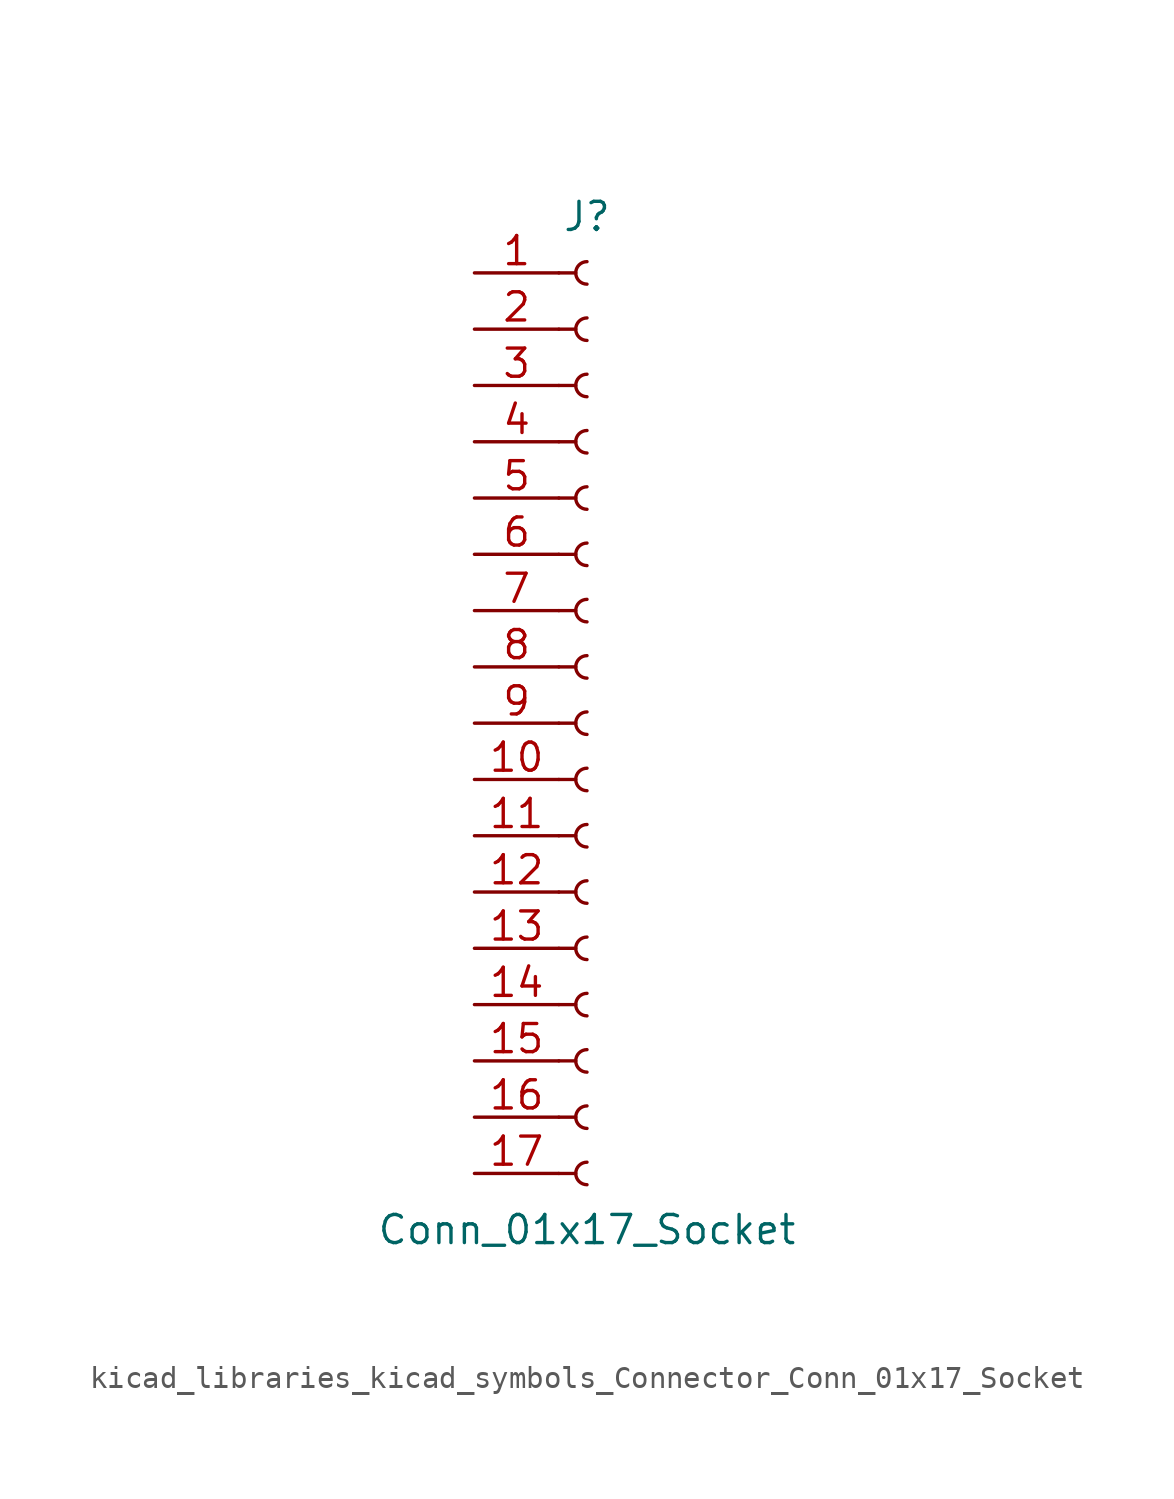
<source format=kicad_sym>
(kicad_symbol_lib
  (version 20220914)
  (generator kicad_symbol_editor)
  (symbol "kicad_libraries_kicad_symbols_Connector_Conn_01x17_Socket"
    (pin_names
      (offset 1.016) hide)
    (property "Reference" "J"
      (at 0 22.86 0)
      (effects (font (size 1.27 1.27))))
    (property "Value" "Conn_01x17_Socket"
      (at 0 -22.86 0)
      (effects (font (size 1.27 1.27))))
    (property "ki_locked" ""
      (at 0 0 0)
      (effects (font (size 1.27 1.27))))
    (symbol "kicad_libraries_kicad_symbols_Connector_Conn_01x17_Socket_1_1"
      (arc (start 0 -19.812) (mid -0.5058 -20.32) (end 0 -20.828) (stroke (width 0.1524) (type default)) (fill (type none)))
      (arc (start 0 -17.272) (mid -0.5058 -17.78) (end 0 -18.288) (stroke (width 0.1524) (type default)) (fill (type none)))
      (arc (start 0 -14.732) (mid -0.5058 -15.24) (end 0 -15.748) (stroke (width 0.1524) (type default)) (fill (type none)))
      (arc (start 0 -12.192) (mid -0.5058 -12.7) (end 0 -13.208) (stroke (width 0.1524) (type default)) (fill (type none)))
      (arc (start 0 -9.652) (mid -0.5058 -10.16) (end 0 -10.668) (stroke (width 0.1524) (type default)) (fill (type none)))
      (arc (start 0 -7.112) (mid -0.5058 -7.62) (end 0 -8.128) (stroke (width 0.1524) (type default)) (fill (type none)))
      (arc (start 0 -4.572) (mid -0.5058 -5.08) (end 0 -5.588) (stroke (width 0.1524) (type default)) (fill (type none)))
      (arc (start 0 -2.032) (mid -0.5058 -2.54) (end 0 -3.048) (stroke (width 0.1524) (type default)) (fill (type none)))
      (polyline (pts (xy -1.27 -20.32) (xy -0.508 -20.32)) (stroke (width 0.152) (type default)) (fill (type none)))
      (polyline (pts (xy -1.27 -17.78) (xy -0.508 -17.78)) (stroke (width 0.152) (type default)) (fill (type none)))
      (polyline (pts (xy -1.27 -15.24) (xy -0.508 -15.24)) (stroke (width 0.152) (type default)) (fill (type none)))
      (polyline (pts (xy -1.27 -12.7) (xy -0.508 -12.7)) (stroke (width 0.152) (type default)) (fill (type none)))
      (polyline (pts (xy -1.27 -10.16) (xy -0.508 -10.16)) (stroke (width 0.152) (type default)) (fill (type none)))
      (polyline (pts (xy -1.27 -7.62) (xy -0.508 -7.62)) (stroke (width 0.152) (type default)) (fill (type none)))
      (polyline (pts (xy -1.27 -5.08) (xy -0.508 -5.08)) (stroke (width 0.152) (type default)) (fill (type none)))
      (polyline (pts (xy -1.27 -2.54) (xy -0.508 -2.54)) (stroke (width 0.152) (type default)) (fill (type none)))
      (polyline (pts (xy -1.27 0) (xy -0.508 0)) (stroke (width 0.152) (type default)) (fill (type none)))
      (polyline (pts (xy -1.27 2.54) (xy -0.508 2.54)) (stroke (width 0.152) (type default)) (fill (type none)))
      (polyline (pts (xy -1.27 5.08) (xy -0.508 5.08)) (stroke (width 0.152) (type default)) (fill (type none)))
      (polyline (pts (xy -1.27 7.62) (xy -0.508 7.62)) (stroke (width 0.152) (type default)) (fill (type none)))
      (polyline (pts (xy -1.27 10.16) (xy -0.508 10.16)) (stroke (width 0.152) (type default)) (fill (type none)))
      (polyline (pts (xy -1.27 12.7) (xy -0.508 12.7)) (stroke (width 0.152) (type default)) (fill (type none)))
      (polyline (pts (xy -1.27 15.24) (xy -0.508 15.24)) (stroke (width 0.152) (type default)) (fill (type none)))
      (polyline (pts (xy -1.27 17.78) (xy -0.508 17.78)) (stroke (width 0.152) (type default)) (fill (type none)))
      (polyline (pts (xy -1.27 20.32) (xy -0.508 20.32)) (stroke (width 0.152) (type default)) (fill (type none)))
      (arc (start 0 0.508) (mid -0.5058 0) (end 0 -0.508) (stroke (width 0.1524) (type default)) (fill (type none)))
      (arc (start 0 3.048) (mid -0.5058 2.54) (end 0 2.032) (stroke (width 0.1524) (type default)) (fill (type none)))
      (arc (start 0 5.588) (mid -0.5058 5.08) (end 0 4.572) (stroke (width 0.1524) (type default)) (fill (type none)))
      (arc (start 0 8.128) (mid -0.5058 7.62) (end 0 7.112) (stroke (width 0.1524) (type default)) (fill (type none)))
      (arc (start 0 10.668) (mid -0.5058 10.16) (end 0 9.652) (stroke (width 0.1524) (type default)) (fill (type none)))
      (arc (start 0 13.208) (mid -0.5058 12.7) (end 0 12.192) (stroke (width 0.1524) (type default)) (fill (type none)))
      (arc (start 0 15.748) (mid -0.5058 15.24) (end 0 14.732) (stroke (width 0.1524) (type default)) (fill (type none)))
      (arc (start 0 18.288) (mid -0.5058 17.78) (end 0 17.272) (stroke (width 0.1524) (type default)) (fill (type none)))
      (arc (start 0 20.828) (mid -0.5058 20.32) (end 0 19.812) (stroke (width 0.1524) (type default)) (fill (type none)))
      (pin passive line (at -5.08 20.32 0) (length 3.81) (name "Pin_1" (effects (font (size 1.27 1.27)))) (number "1" (effects (font (size 1.27 1.27)))))
      (pin passive line (at -5.08 -2.54 0) (length 3.81) (name "Pin_10" (effects (font (size 1.27 1.27)))) (number "10" (effects (font (size 1.27 1.27)))))
      (pin passive line (at -5.08 -5.08 0) (length 3.81) (name "Pin_11" (effects (font (size 1.27 1.27)))) (number "11" (effects (font (size 1.27 1.27)))))
      (pin passive line (at -5.08 -7.62 0) (length 3.81) (name "Pin_12" (effects (font (size 1.27 1.27)))) (number "12" (effects (font (size 1.27 1.27)))))
      (pin passive line (at -5.08 -10.16 0) (length 3.81) (name "Pin_13" (effects (font (size 1.27 1.27)))) (number "13" (effects (font (size 1.27 1.27)))))
      (pin passive line (at -5.08 -12.7 0) (length 3.81) (name "Pin_14" (effects (font (size 1.27 1.27)))) (number "14" (effects (font (size 1.27 1.27)))))
      (pin passive line (at -5.08 -15.24 0) (length 3.81) (name "Pin_15" (effects (font (size 1.27 1.27)))) (number "15" (effects (font (size 1.27 1.27)))))
      (pin passive line (at -5.08 -17.78 0) (length 3.81) (name "Pin_16" (effects (font (size 1.27 1.27)))) (number "16" (effects (font (size 1.27 1.27)))))
      (pin passive line (at -5.08 -20.32 0) (length 3.81) (name "Pin_17" (effects (font (size 1.27 1.27)))) (number "17" (effects (font (size 1.27 1.27)))))
      (pin passive line (at -5.08 17.78 0) (length 3.81) (name "Pin_2" (effects (font (size 1.27 1.27)))) (number "2" (effects (font (size 1.27 1.27)))))
      (pin passive line (at -5.08 15.24 0) (length 3.81) (name "Pin_3" (effects (font (size 1.27 1.27)))) (number "3" (effects (font (size 1.27 1.27)))))
      (pin passive line (at -5.08 12.7 0) (length 3.81) (name "Pin_4" (effects (font (size 1.27 1.27)))) (number "4" (effects (font (size 1.27 1.27)))))
      (pin passive line (at -5.08 10.16 0) (length 3.81) (name "Pin_5" (effects (font (size 1.27 1.27)))) (number "5" (effects (font (size 1.27 1.27)))))
      (pin passive line (at -5.08 7.62 0) (length 3.81) (name "Pin_6" (effects (font (size 1.27 1.27)))) (number "6" (effects (font (size 1.27 1.27)))))
      (pin passive line (at -5.08 5.08 0) (length 3.81) (name "Pin_7" (effects (font (size 1.27 1.27)))) (number "7" (effects (font (size 1.27 1.27)))))
      (pin passive line (at -5.08 2.54 0) (length 3.81) (name "Pin_8" (effects (font (size 1.27 1.27)))) (number "8" (effects (font (size 1.27 1.27)))))
      (pin passive line (at -5.08 0 0) (length 3.81) (name "Pin_9" (effects (font (size 1.27 1.27)))) (number "9" (effects (font (size 1.27 1.27))))))))
</source>
